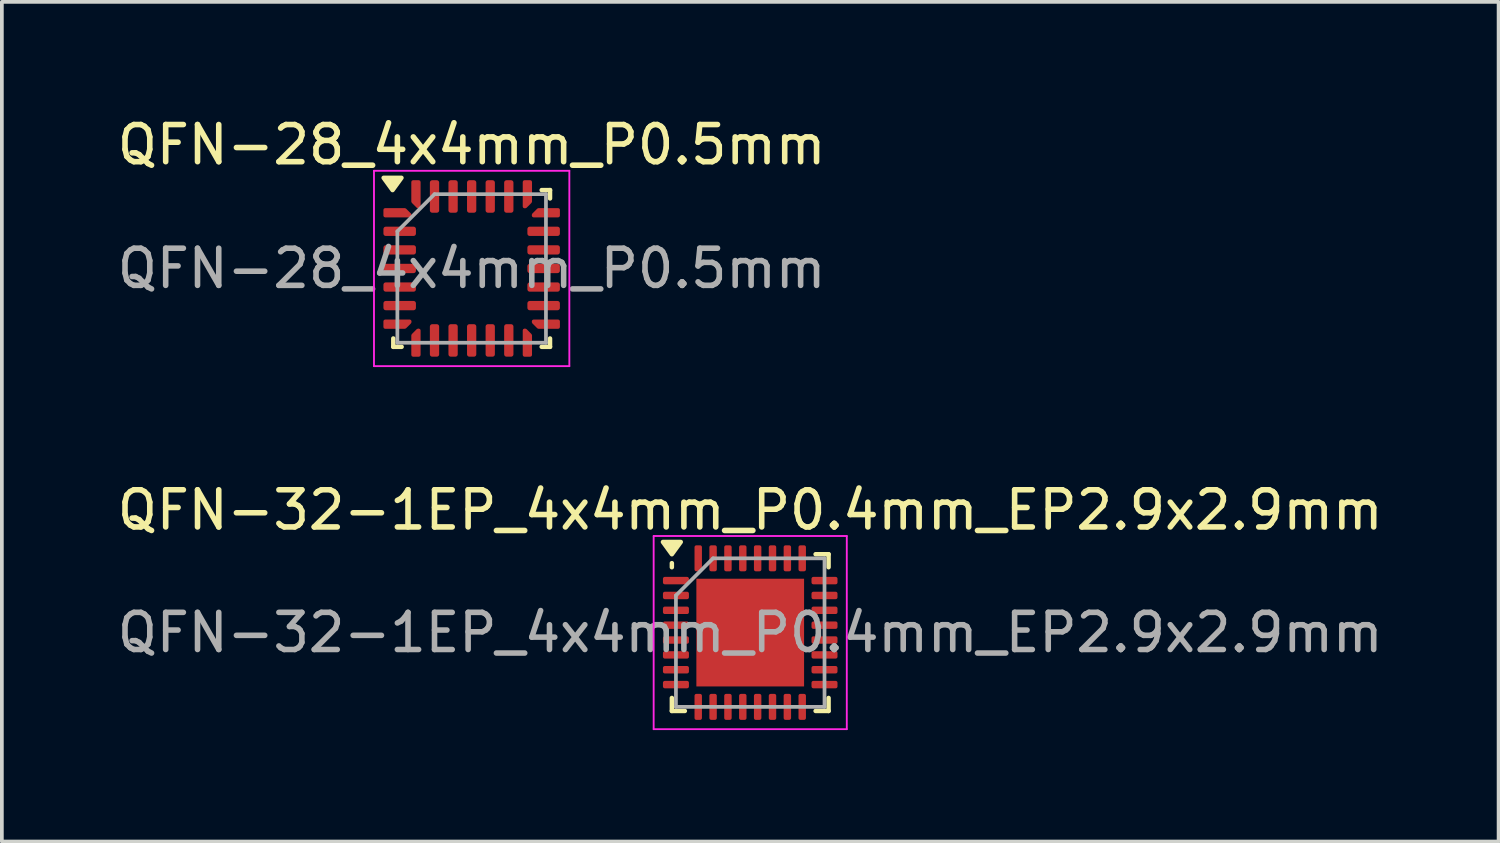
<source format=kicad_pcb>
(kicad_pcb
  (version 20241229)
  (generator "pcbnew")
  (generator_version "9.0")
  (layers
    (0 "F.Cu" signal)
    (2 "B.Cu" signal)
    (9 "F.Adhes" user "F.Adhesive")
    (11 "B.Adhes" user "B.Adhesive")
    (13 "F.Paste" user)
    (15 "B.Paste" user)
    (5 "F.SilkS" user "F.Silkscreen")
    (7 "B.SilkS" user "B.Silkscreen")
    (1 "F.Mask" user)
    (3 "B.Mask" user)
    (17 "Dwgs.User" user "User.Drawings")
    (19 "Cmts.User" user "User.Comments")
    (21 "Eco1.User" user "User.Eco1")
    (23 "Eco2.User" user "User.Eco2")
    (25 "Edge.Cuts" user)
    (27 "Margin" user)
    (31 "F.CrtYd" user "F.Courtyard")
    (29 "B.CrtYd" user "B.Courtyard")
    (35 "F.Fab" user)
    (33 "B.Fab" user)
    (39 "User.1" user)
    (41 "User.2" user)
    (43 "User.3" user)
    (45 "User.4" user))
  (footprint "QFN-32-1EP_4x4mm_P0.4mm_EP2.9x2.9mm"
    (layer "F.Cu")
    (at 17.149 13.982)
    (property "Reference" "QFN-32-1EP_4x4mm_P0.4mm_EP2.9x2.9mm" (at 0 -3.3 0) (layer "F.SilkS") (effects (font (size 1 1) (thickness 0.15))))
    (attr smd)
    (fp_line (start -2.11 -1.76) (end -2.11 -1.87) (stroke (width 0.12) (type solid)) (layer "F.SilkS"))
    (fp_line (start -2.11 2.11) (end -2.11 1.76) (stroke (width 0.12) (type solid)) (layer "F.SilkS"))
    (fp_line (start -1.76 2.11) (end -2.11 2.11) (stroke (width 0.12) (type solid)) (layer "F.SilkS"))
    (fp_line (start 1.76 -2.11) (end 2.11 -2.11) (stroke (width 0.12) (type solid)) (layer "F.SilkS"))
    (fp_line (start 1.76 2.11) (end 2.11 2.11) (stroke (width 0.12) (type solid)) (layer "F.SilkS"))
    (fp_line (start 2.11 -2.11) (end 2.11 -1.76) (stroke (width 0.12) (type solid)) (layer "F.SilkS"))
    (fp_line (start 2.11 2.11) (end 2.11 1.76) (stroke (width 0.12) (type solid)) (layer "F.SilkS"))
    (fp_poly (pts (xy -2.11 -2.11) (xy -2.35 -2.44) (xy -1.87 -2.44) (xy -2.11 -2.11)) (stroke (width 0.12) (type solid)) (fill yes) (layer "F.SilkS"))
    (fp_line (start -2.6 -2.6) (end -2.6 2.6) (stroke (width 0.05) (type solid)) (layer "F.CrtYd"))
    (fp_line (start -2.6 2.6) (end 2.6 2.6) (stroke (width 0.05) (type solid)) (layer "F.CrtYd"))
    (fp_line (start 2.6 -2.6) (end -2.6 -2.6) (stroke (width 0.05) (type solid)) (layer "F.CrtYd"))
    (fp_line (start 2.6 2.6) (end 2.6 -2.6) (stroke (width 0.05) (type solid)) (layer "F.CrtYd"))
    (fp_line (start -2 -1) (end -1 -2) (stroke (width 0.1) (type solid)) (layer "F.Fab"))
    (fp_line (start -2 2) (end -2 -1) (stroke (width 0.1) (type solid)) (layer "F.Fab"))
    (fp_line (start -1 -2) (end 2 -2) (stroke (width 0.1) (type solid)) (layer "F.Fab"))
    (fp_line (start 2 -2) (end 2 2) (stroke (width 0.1) (type solid)) (layer "F.Fab"))
    (fp_line (start 2 2) (end -2 2) (stroke (width 0.1) (type solid)) (layer "F.Fab"))
    (fp_text user "${REFERENCE}" (at 0 0 0) (layer "F.Fab") (effects (font (size 1 1) (thickness 0.15))))
    (pad "" smd roundrect (at -0.725 -0.725) (size 1.17 1.17) (layers "F.Paste") (roundrect_rratio 0.214))
    (pad "" smd roundrect (at -0.725 0.725) (size 1.17 1.17) (layers "F.Paste") (roundrect_rratio 0.214))
    (pad "" smd roundrect (at 0.725 -0.725) (size 1.17 1.17) (layers "F.Paste") (roundrect_rratio 0.214))
    (pad "" smd roundrect (at 0.725 0.725) (size 1.17 1.17) (layers "F.Paste") (roundrect_rratio 0.214))
    (pad "1" smd roundrect (at -2 -1.4) (size 0.7 0.2) (layers "F.Cu" "F.Mask" "F.Paste") (roundrect_rratio 0.25))
    (pad "2" smd roundrect (at -2 -1) (size 0.7 0.2) (layers "F.Cu" "F.Mask" "F.Paste") (roundrect_rratio 0.25))
    (pad "3" smd roundrect (at -2 -0.6) (size 0.7 0.2) (layers "F.Cu" "F.Mask" "F.Paste") (roundrect_rratio 0.25))
    (pad "4" smd roundrect (at -2 -0.2) (size 0.7 0.2) (layers "F.Cu" "F.Mask" "F.Paste") (roundrect_rratio 0.25))
    (pad "5" smd roundrect (at -2 0.2) (size 0.7 0.2) (layers "F.Cu" "F.Mask" "F.Paste") (roundrect_rratio 0.25))
    (pad "6" smd roundrect (at -2 0.6) (size 0.7 0.2) (layers "F.Cu" "F.Mask" "F.Paste") (roundrect_rratio 0.25))
    (pad "7" smd roundrect (at -2 1) (size 0.7 0.2) (layers "F.Cu" "F.Mask" "F.Paste") (roundrect_rratio 0.25))
    (pad "8" smd roundrect (at -2 1.4) (size 0.7 0.2) (layers "F.Cu" "F.Mask" "F.Paste") (roundrect_rratio 0.25))
    (pad "9" smd roundrect (at -1.4 2) (size 0.2 0.7) (layers "F.Cu" "F.Mask" "F.Paste") (roundrect_rratio 0.25))
    (pad "10" smd roundrect (at -1 2) (size 0.2 0.7) (layers "F.Cu" "F.Mask" "F.Paste") (roundrect_rratio 0.25))
    (pad "11" smd roundrect (at -0.6 2) (size 0.2 0.7) (layers "F.Cu" "F.Mask" "F.Paste") (roundrect_rratio 0.25))
    (pad "12" smd roundrect (at -0.2 2) (size 0.2 0.7) (layers "F.Cu" "F.Mask" "F.Paste") (roundrect_rratio 0.25))
    (pad "13" smd roundrect (at 0.2 2) (size 0.2 0.7) (layers "F.Cu" "F.Mask" "F.Paste") (roundrect_rratio 0.25))
    (pad "14" smd roundrect (at 0.6 2) (size 0.2 0.7) (layers "F.Cu" "F.Mask" "F.Paste") (roundrect_rratio 0.25))
    (pad "15" smd roundrect (at 1 2) (size 0.2 0.7) (layers "F.Cu" "F.Mask" "F.Paste") (roundrect_rratio 0.25))
    (pad "16" smd roundrect (at 1.4 2) (size 0.2 0.7) (layers "F.Cu" "F.Mask" "F.Paste") (roundrect_rratio 0.25))
    (pad "17" smd roundrect (at 2 1.4) (size 0.7 0.2) (layers "F.Cu" "F.Mask" "F.Paste") (roundrect_rratio 0.25))
    (pad "18" smd roundrect (at 2 1) (size 0.7 0.2) (layers "F.Cu" "F.Mask" "F.Paste") (roundrect_rratio 0.25))
    (pad "19" smd roundrect (at 2 0.6) (size 0.7 0.2) (layers "F.Cu" "F.Mask" "F.Paste") (roundrect_rratio 0.25))
    (pad "20" smd roundrect (at 2 0.2) (size 0.7 0.2) (layers "F.Cu" "F.Mask" "F.Paste") (roundrect_rratio 0.25))
    (pad "21" smd roundrect (at 2 -0.2) (size 0.7 0.2) (layers "F.Cu" "F.Mask" "F.Paste") (roundrect_rratio 0.25))
    (pad "22" smd roundrect (at 2 -0.6) (size 0.7 0.2) (layers "F.Cu" "F.Mask" "F.Paste") (roundrect_rratio 0.25))
    (pad "23" smd roundrect (at 2 -1) (size 0.7 0.2) (layers "F.Cu" "F.Mask" "F.Paste") (roundrect_rratio 0.25))
    (pad "24" smd roundrect (at 2 -1.4) (size 0.7 0.2) (layers "F.Cu" "F.Mask" "F.Paste") (roundrect_rratio 0.25))
    (pad "25" smd roundrect (at 1.4 -2) (size 0.2 0.7) (layers "F.Cu" "F.Mask" "F.Paste") (roundrect_rratio 0.25))
    (pad "26" smd roundrect (at 1 -2) (size 0.2 0.7) (layers "F.Cu" "F.Mask" "F.Paste") (roundrect_rratio 0.25))
    (pad "27" smd roundrect (at 0.6 -2) (size 0.2 0.7) (layers "F.Cu" "F.Mask" "F.Paste") (roundrect_rratio 0.25))
    (pad "28" smd roundrect (at 0.2 -2) (size 0.2 0.7) (layers "F.Cu" "F.Mask" "F.Paste") (roundrect_rratio 0.25))
    (pad "29" smd roundrect (at -0.2 -2) (size 0.2 0.7) (layers "F.Cu" "F.Mask" "F.Paste") (roundrect_rratio 0.25))
    (pad "30" smd roundrect (at -0.6 -2) (size 0.2 0.7) (layers "F.Cu" "F.Mask" "F.Paste") (roundrect_rratio 0.25))
    (pad "31" smd roundrect (at -1 -2) (size 0.2 0.7) (layers "F.Cu" "F.Mask" "F.Paste") (roundrect_rratio 0.25))
    (pad "32" smd roundrect (at -1.4 -2) (size 0.2 0.7) (layers "F.Cu" "F.Mask" "F.Paste") (roundrect_rratio 0.25))
    (pad "33" smd rect (at 0 0) (size 2.9 2.9) (property pad_prop_heatsink) (layers "F.Cu" "F.Mask")))
  (footprint "QFN-28_4x4mm_P0.5mm"
    (layer "F.Cu")
    (at 9.649 4.178)
    (property "Reference" "QFN-28_4x4mm_P0.5mm" (at 0 -3.33 0) (layer "F.SilkS") (effects (font (size 1 1) (thickness 0.15))))
    (attr smd)
    (fp_line (start -2.11 2.11) (end -2.11 1.885) (stroke (width 0.12) (type solid)) (layer "F.SilkS"))
    (fp_line (start -1.885 2.11) (end -2.11 2.11) (stroke (width 0.12) (type solid)) (layer "F.SilkS"))
    (fp_line (start 1.885 -2.11) (end 2.11 -2.11) (stroke (width 0.12) (type solid)) (layer "F.SilkS"))
    (fp_line (start 1.885 2.11) (end 2.11 2.11) (stroke (width 0.12) (type solid)) (layer "F.SilkS"))
    (fp_line (start 2.11 -2.11) (end 2.11 -1.885) (stroke (width 0.12) (type solid)) (layer "F.SilkS"))
    (fp_line (start 2.11 2.11) (end 2.11 1.885) (stroke (width 0.12) (type solid)) (layer "F.SilkS"))
    (fp_poly (pts (xy -2.13 -2.11) (xy -2.37 -2.44) (xy -1.89 -2.44) (xy -2.13 -2.11)) (stroke (width 0.12) (type solid)) (fill yes) (layer "F.SilkS"))
    (fp_line (start -2.63 -2.63) (end -2.63 2.63) (stroke (width 0.05) (type solid)) (layer "F.CrtYd"))
    (fp_line (start -2.63 2.63) (end 2.63 2.63) (stroke (width 0.05) (type solid)) (layer "F.CrtYd"))
    (fp_line (start 2.63 -2.63) (end -2.63 -2.63) (stroke (width 0.05) (type solid)) (layer "F.CrtYd"))
    (fp_line (start 2.63 2.63) (end 2.63 -2.63) (stroke (width 0.05) (type solid)) (layer "F.CrtYd"))
    (fp_line (start -2 -1) (end -1 -2) (stroke (width 0.1) (type solid)) (layer "F.Fab"))
    (fp_line (start -2 2) (end -2 -1) (stroke (width 0.1) (type solid)) (layer "F.Fab"))
    (fp_line (start -1 -2) (end 2 -2) (stroke (width 0.1) (type solid)) (layer "F.Fab"))
    (fp_line (start 2 -2) (end 2 2) (stroke (width 0.1) (type solid)) (layer "F.Fab"))
    (fp_line (start 2 2) (end -2 2) (stroke (width 0.1) (type solid)) (layer "F.Fab"))
    (fp_text user "${REFERENCE}" (at 0 0 0) (layer "F.Fab") (effects (font (size 1 1) (thickness 0.15))))
    (pad "1" smd custom (at -1.998 -1.5) (size 0.137 0.137) (layers "F.Cu" "F.Mask" "F.Paste") (options (anchor circle)) (primitives (gr_poly (pts (xy -0.333 -0.08) (xy 0.199 -0.08) (xy 0.333 0.054) (xy 0.333 0.08) (xy -0.333 0.08)) (width 0.09) (fill yes))))
    (pad "2" smd roundrect (at -1.938 -1) (size 0.875 0.25) (layers "F.Cu" "F.Mask" "F.Paste") (roundrect_rratio 0.25))
    (pad "3" smd roundrect (at -1.938 -0.5) (size 0.875 0.25) (layers "F.Cu" "F.Mask" "F.Paste") (roundrect_rratio 0.25))
    (pad "4" smd roundrect (at -1.938 0) (size 0.875 0.25) (layers "F.Cu" "F.Mask" "F.Paste") (roundrect_rratio 0.25))
    (pad "5" smd roundrect (at -1.938 0.5) (size 0.875 0.25) (layers "F.Cu" "F.Mask" "F.Paste") (roundrect_rratio 0.25))
    (pad "6" smd roundrect (at -1.938 1) (size 0.875 0.25) (layers "F.Cu" "F.Mask" "F.Paste") (roundrect_rratio 0.25))
    (pad "7" smd custom (at -1.998 1.5) (size 0.137 0.137) (layers "F.Cu" "F.Mask" "F.Paste") (options (anchor circle)) (primitives (gr_poly (pts (xy -0.333 -0.08) (xy 0.333 -0.08) (xy 0.333 -0.054) (xy 0.199 0.08) (xy -0.333 0.08)) (width 0.09) (fill yes))))
    (pad "8" smd custom (at -1.5 1.998) (size 0.137 0.137) (layers "F.Cu" "F.Mask" "F.Paste") (options (anchor circle)) (primitives (gr_poly (pts (xy -0.08 -0.199) (xy 0.054 -0.333) (xy 0.08 -0.333) (xy 0.08 0.333) (xy -0.08 0.333)) (width 0.09) (fill yes))))
    (pad "9" smd roundrect (at -1 1.938) (size 0.25 0.875) (layers "F.Cu" "F.Mask" "F.Paste") (roundrect_rratio 0.25))
    (pad "10" smd roundrect (at -0.5 1.938) (size 0.25 0.875) (layers "F.Cu" "F.Mask" "F.Paste") (roundrect_rratio 0.25))
    (pad "11" smd roundrect (at 0 1.938) (size 0.25 0.875) (layers "F.Cu" "F.Mask" "F.Paste") (roundrect_rratio 0.25))
    (pad "12" smd roundrect (at 0.5 1.938) (size 0.25 0.875) (layers "F.Cu" "F.Mask" "F.Paste") (roundrect_rratio 0.25))
    (pad "13" smd roundrect (at 1 1.938) (size 0.25 0.875) (layers "F.Cu" "F.Mask" "F.Paste") (roundrect_rratio 0.25))
    (pad "14" smd custom (at 1.5 1.998) (size 0.137 0.137) (layers "F.Cu" "F.Mask" "F.Paste") (options (anchor circle)) (primitives (gr_poly (pts (xy -0.08 -0.333) (xy -0.054 -0.333) (xy 0.08 -0.199) (xy 0.08 0.333) (xy -0.08 0.333)) (width 0.09) (fill yes))))
    (pad "15" smd custom (at 1.998 1.5) (size 0.137 0.137) (layers "F.Cu" "F.Mask" "F.Paste") (options (anchor circle)) (primitives (gr_poly (pts (xy -0.333 -0.08) (xy 0.333 -0.08) (xy 0.333 0.08) (xy -0.199 0.08) (xy -0.333 -0.054)) (width 0.09) (fill yes))))
    (pad "16" smd roundrect (at 1.938 1) (size 0.875 0.25) (layers "F.Cu" "F.Mask" "F.Paste") (roundrect_rratio 0.25))
    (pad "17" smd roundrect (at 1.938 0.5) (size 0.875 0.25) (layers "F.Cu" "F.Mask" "F.Paste") (roundrect_rratio 0.25))
    (pad "18" smd roundrect (at 1.938 0) (size 0.875 0.25) (layers "F.Cu" "F.Mask" "F.Paste") (roundrect_rratio 0.25))
    (pad "19" smd roundrect (at 1.938 -0.5) (size 0.875 0.25) (layers "F.Cu" "F.Mask" "F.Paste") (roundrect_rratio 0.25))
    (pad "20" smd roundrect (at 1.938 -1) (size 0.875 0.25) (layers "F.Cu" "F.Mask" "F.Paste") (roundrect_rratio 0.25))
    (pad "21" smd custom (at 1.998 -1.5) (size 0.137 0.137) (layers "F.Cu" "F.Mask" "F.Paste") (options (anchor circle)) (primitives (gr_poly (pts (xy -0.333 0.054) (xy -0.199 -0.08) (xy 0.333 -0.08) (xy 0.333 0.08) (xy -0.333 0.08)) (width 0.09) (fill yes))))
    (pad "22" smd custom (at 1.5 -1.998) (size 0.137 0.137) (layers "F.Cu" "F.Mask" "F.Paste") (options (anchor circle)) (primitives (gr_poly (pts (xy -0.08 -0.333) (xy 0.08 -0.333) (xy 0.08 0.199) (xy -0.054 0.333) (xy -0.08 0.333)) (width 0.09) (fill yes))))
    (pad "23" smd roundrect (at 1 -1.938) (size 0.25 0.875) (layers "F.Cu" "F.Mask" "F.Paste") (roundrect_rratio 0.25))
    (pad "24" smd roundrect (at 0.5 -1.938) (size 0.25 0.875) (layers "F.Cu" "F.Mask" "F.Paste") (roundrect_rratio 0.25))
    (pad "25" smd roundrect (at 0 -1.938) (size 0.25 0.875) (layers "F.Cu" "F.Mask" "F.Paste") (roundrect_rratio 0.25))
    (pad "26" smd roundrect (at -0.5 -1.938) (size 0.25 0.875) (layers "F.Cu" "F.Mask" "F.Paste") (roundrect_rratio 0.25))
    (pad "27" smd roundrect (at -1 -1.938) (size 0.25 0.875) (layers "F.Cu" "F.Mask" "F.Paste") (roundrect_rratio 0.25))
    (pad "28" smd custom (at -1.5 -1.998) (size 0.137 0.137) (layers "F.Cu" "F.Mask" "F.Paste") (options (anchor circle)) (primitives (gr_poly (pts (xy -0.08 -0.333) (xy 0.08 -0.333) (xy 0.08 0.333) (xy 0.054 0.333) (xy -0.08 0.199)) (width 0.09) (fill yes)))))
  (gr_rect
    (start -3 -3)
    (end 37.298 19.607)
    (stroke (width 0.1) (type default))
    (fill no)
    (layer "Edge.Cuts")))
</source>
